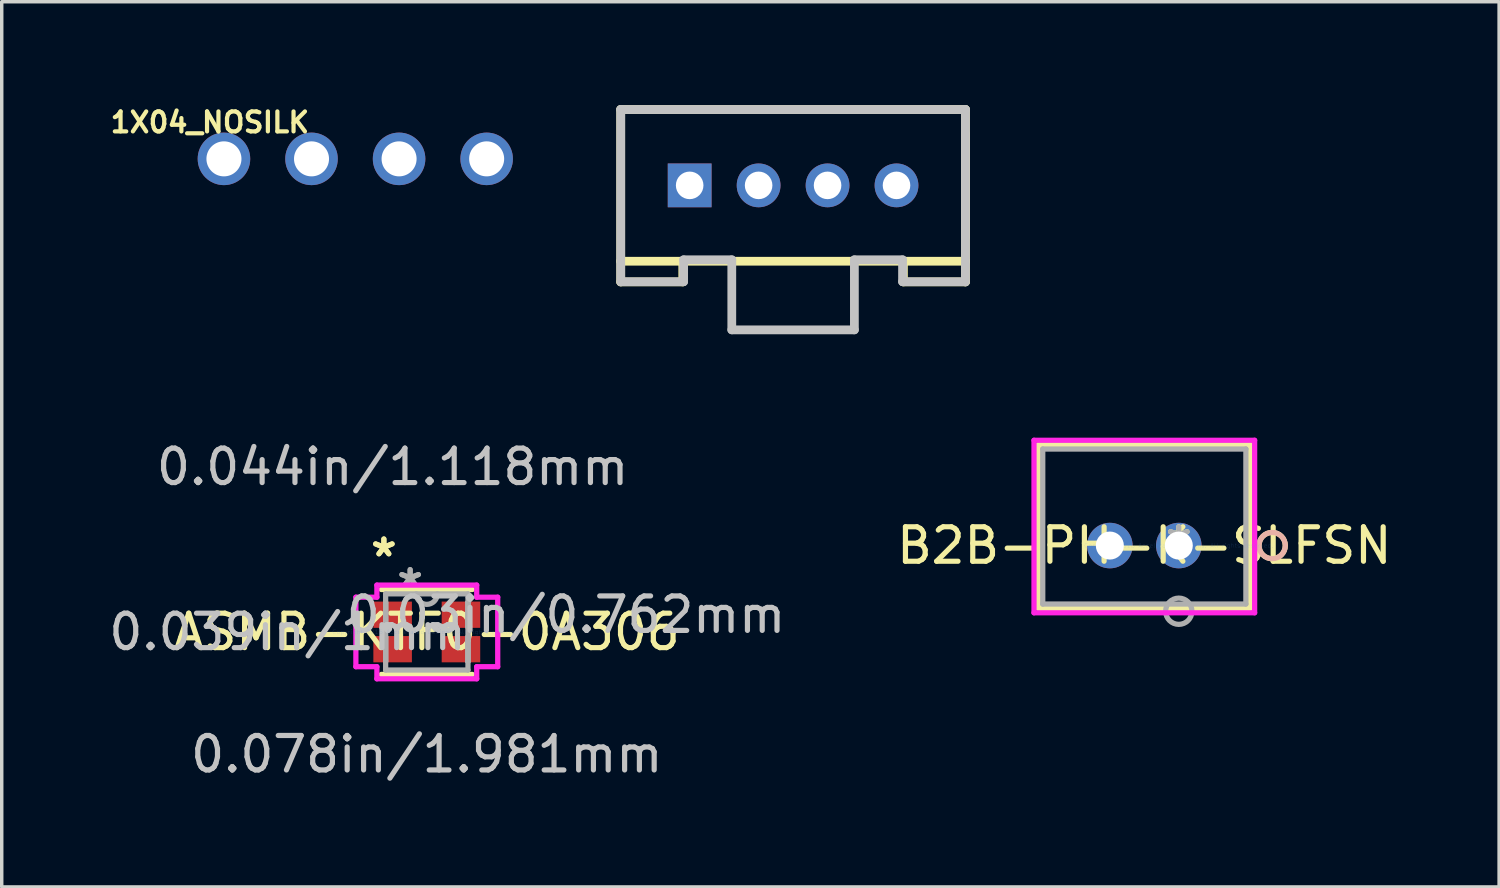
<source format=kicad_pcb>
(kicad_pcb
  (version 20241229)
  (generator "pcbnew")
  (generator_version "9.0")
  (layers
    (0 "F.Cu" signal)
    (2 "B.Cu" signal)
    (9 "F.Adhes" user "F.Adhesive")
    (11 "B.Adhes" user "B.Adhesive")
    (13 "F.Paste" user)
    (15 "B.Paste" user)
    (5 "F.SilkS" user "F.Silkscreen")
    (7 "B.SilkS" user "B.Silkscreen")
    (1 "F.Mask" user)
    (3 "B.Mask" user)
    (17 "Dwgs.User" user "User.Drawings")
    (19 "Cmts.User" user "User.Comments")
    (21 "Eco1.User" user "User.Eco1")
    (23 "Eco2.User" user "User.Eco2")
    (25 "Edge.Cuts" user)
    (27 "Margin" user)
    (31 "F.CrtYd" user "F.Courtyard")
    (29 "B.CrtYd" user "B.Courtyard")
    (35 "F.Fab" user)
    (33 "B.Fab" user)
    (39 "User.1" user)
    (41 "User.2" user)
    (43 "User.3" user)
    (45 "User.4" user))
  (footprint "1X04_NOSILK"
    (layer "F.Cu")
    (at 7.256 1.558)
    (property "Reference" "1X04_NOSILK" (at -1.27 -1.397 0) (layer "F.SilkS") (effects (font (size 0.579 0.579) (thickness 0.122)) (justify right top)))
    (attr through_hole)
    (fp_poly (pts (xy -4.064 0.254) (xy -3.556 0.254) (xy -3.556 -0.254) (xy -4.064 -0.254)) (stroke (width 0.1) (type solid)) (fill no) (layer "F.Fab"))
    (fp_poly (pts (xy -1.524 0.254) (xy -1.016 0.254) (xy -1.016 -0.254) (xy -1.524 -0.254)) (stroke (width 0.1) (type solid)) (fill no) (layer "F.Fab"))
    (fp_poly (pts (xy 1.016 0.254) (xy 1.524 0.254) (xy 1.524 -0.254) (xy 1.016 -0.254)) (stroke (width 0.1) (type solid)) (fill no) (layer "F.Fab"))
    (fp_poly (pts (xy 3.556 0.254) (xy 4.064 0.254) (xy 4.064 -0.254) (xy 3.556 -0.254)) (stroke (width 0.1) (type solid)) (fill no) (layer "F.Fab"))
    (pad "1" thru_hole circle (at -3.81 0 90) (size 1.524 1.524) (drill 1.016) (layers "*.Cu" "*.Mask"))
    (pad "2" thru_hole circle (at -1.27 0 90) (size 1.524 1.524) (drill 1.016) (layers "*.Cu" "*.Mask"))
    (pad "3" thru_hole circle (at 1.27 0 90) (size 1.524 1.524) (drill 1.016) (layers "*.Cu" "*.Mask"))
    (pad "4" thru_hole circle (at 3.81 0 90) (size 1.524 1.524) (drill 1.016) (layers "*.Cu" "*.Mask")))
  (footprint "ASMB-KTF0-0A306"
    (layer "F.Cu")
    (at 9.33 15.281)
    (property "Reference" "ASMB-KTF0-0A306" (at 0 0 0) (layer "F.SilkS") (effects (font (size 1 1) (thickness 0.15))))
    (attr through_hole)
    (fp_line (start -1.321 1.232) (end 1.321 1.232) (stroke (width 0.152) (type solid)) (layer "F.SilkS"))
    (fp_line (start 1.321 -1.232) (end -1.321 -1.232) (stroke (width 0.152) (type solid)) (layer "F.SilkS"))
    (fp_line (start -2.057 -1.008) (end -1.448 -1.008) (stroke (width 0.152) (type solid)) (layer "F.CrtYd"))
    (fp_line (start -2.057 1.008) (end -2.057 -1.008) (stroke (width 0.152) (type solid)) (layer "F.CrtYd"))
    (fp_line (start -1.448 -1.359) (end 1.448 -1.359) (stroke (width 0.152) (type solid)) (layer "F.CrtYd"))
    (fp_line (start -1.448 -1.008) (end -1.448 -1.359) (stroke (width 0.152) (type solid)) (layer "F.CrtYd"))
    (fp_line (start -1.448 1.008) (end -2.057 1.008) (stroke (width 0.152) (type solid)) (layer "F.CrtYd"))
    (fp_line (start -1.448 1.359) (end -1.448 1.008) (stroke (width 0.152) (type solid)) (layer "F.CrtYd"))
    (fp_line (start 1.448 -1.359) (end 1.448 -1.008) (stroke (width 0.152) (type solid)) (layer "F.CrtYd"))
    (fp_line (start 1.448 -1.008) (end 2.057 -1.008) (stroke (width 0.152) (type solid)) (layer "F.CrtYd"))
    (fp_line (start 1.448 1.008) (end 1.448 1.359) (stroke (width 0.152) (type solid)) (layer "F.CrtYd"))
    (fp_line (start 1.448 1.359) (end -1.448 1.359) (stroke (width 0.152) (type solid)) (layer "F.CrtYd"))
    (fp_line (start 2.057 -1.008) (end 2.057 1.008) (stroke (width 0.152) (type solid)) (layer "F.CrtYd"))
    (fp_line (start 2.057 1.008) (end 1.448 1.008) (stroke (width 0.152) (type solid)) (layer "F.CrtYd"))
    (fp_line (start -1.194 -1.105) (end -1.194 1.105) (stroke (width 0.152) (type solid)) (layer "F.Fab"))
    (fp_line (start -1.194 -0.856) (end -1.194 -0.856) (stroke (width 0.152) (type solid)) (layer "F.Fab"))
    (fp_line (start -1.194 -0.856) (end -1.194 -0.144) (stroke (width 0.152) (type solid)) (layer "F.Fab"))
    (fp_line (start -1.194 -0.144) (end -1.194 -0.856) (stroke (width 0.152) (type solid)) (layer "F.Fab"))
    (fp_line (start -1.194 -0.144) (end -1.194 -0.144) (stroke (width 0.152) (type solid)) (layer "F.Fab"))
    (fp_line (start -1.194 0.144) (end -1.194 0.144) (stroke (width 0.152) (type solid)) (layer "F.Fab"))
    (fp_line (start -1.194 0.144) (end -1.194 0.856) (stroke (width 0.152) (type solid)) (layer "F.Fab"))
    (fp_line (start -1.194 0.856) (end -1.194 0.144) (stroke (width 0.152) (type solid)) (layer "F.Fab"))
    (fp_line (start -1.194 0.856) (end -1.194 0.856) (stroke (width 0.152) (type solid)) (layer "F.Fab"))
    (fp_line (start -1.194 1.105) (end 1.194 1.105) (stroke (width 0.152) (type solid)) (layer "F.Fab"))
    (fp_line (start 1.194 -1.105) (end -1.194 -1.105) (stroke (width 0.152) (type solid)) (layer "F.Fab"))
    (fp_line (start 1.194 -0.856) (end 1.194 -0.856) (stroke (width 0.152) (type solid)) (layer "F.Fab"))
    (fp_line (start 1.194 -0.856) (end 1.194 -0.144) (stroke (width 0.152) (type solid)) (layer "F.Fab"))
    (fp_line (start 1.194 -0.144) (end 1.194 -0.856) (stroke (width 0.152) (type solid)) (layer "F.Fab"))
    (fp_line (start 1.194 -0.144) (end 1.194 -0.144) (stroke (width 0.152) (type solid)) (layer "F.Fab"))
    (fp_line (start 1.194 0.144) (end 1.194 0.144) (stroke (width 0.152) (type solid)) (layer "F.Fab"))
    (fp_line (start 1.194 0.144) (end 1.194 0.856) (stroke (width 0.152) (type solid)) (layer "F.Fab"))
    (fp_line (start 1.194 0.856) (end 1.194 0.144) (stroke (width 0.152) (type solid)) (layer "F.Fab"))
    (fp_line (start 1.194 0.856) (end 1.194 0.856) (stroke (width 0.152) (type solid)) (layer "F.Fab"))
    (fp_line (start 1.194 1.105) (end 1.194 -1.105) (stroke (width 0.152) (type solid)) (layer "F.Fab"))
    (fp_arc (start 0.3048 -1.1049) (mid 0 -0.8001) (end -0.3048 -1.1049) (stroke (width 0.1524) (type solid)) (layer "F.Fab"))
    (fp_text user "*" (at -1.245 -2.151 0) (layer "F.SilkS") (effects (font (size 1 1) (thickness 0.15))))
    (fp_text user "*" (at -1.245 -2.151 0) (layer "F.SilkS") (effects (font (size 1 1) (thickness 0.15))))
    (fp_text user "0.039in/1mm" (at -4.039 0 0) (layer "Dwgs.User") (effects (font (size 1 1) (thickness 0.15))))
    (fp_text user "0.078in/1.981mm" (at 0 3.548 0) (layer "Dwgs.User") (effects (font (size 1 1) (thickness 0.15))))
    (fp_text user "0.044in/1.118mm" (at -0.991 -4.788 0) (layer "Dwgs.User") (effects (font (size 1 1) (thickness 0.15))))
    (fp_text user "0.03in/0.762mm" (at 4.039 -0.5 0) (layer "Dwgs.User") (effects (font (size 1 1) (thickness 0.15))))
    (fp_text user "Copyright 2016 Accelerated Designs. All rights reserved." (at 0 0 0) (layer "Cmts.User") (effects (font (size 0.127 0.127) (thickness 0.002))))
    (fp_text user "*" (at -0.483 -1.262 0) (layer "F.Fab") (effects (font (size 1 1) (thickness 0.15))))
    (fp_text user "*" (at -0.483 -1.262 0) (layer "F.Fab") (effects (font (size 1 1) (thickness 0.15))))
    (pad "1" smd rect (at -0.991 -0.5) (size 1.118 0.762) (layers "F.Cu" "F.Mask" "F.Paste"))
    (pad "2" smd rect (at -0.991 0.5) (size 1.118 0.762) (layers "F.Cu" "F.Mask" "F.Paste"))
    (pad "3" smd rect (at 0.991 0.5) (size 1.118 0.762) (layers "F.Cu" "F.Mask" "F.Paste"))
    (pad "4" smd rect (at 0.991 -0.5) (size 1.118 0.762) (layers "F.Cu" "F.Mask" "F.Paste")))
  (footprint "2.0_1X4"
    (layer "F.Cu")
    (at 19.955 2.327)
    (property "Reference" "2.0_1X4" (at -4.8 -0.8 180) (layer "F.Mask") (effects (font (size 0.772 0.772) (thickness 0.077)) (justify left bottom)))
    (attr through_hole)
    (fp_line (start -5 -2.2) (end -5 2.2) (stroke (width 0.254) (type solid)) (layer "F.SilkS"))
    (fp_line (start -5 -2.2) (end 5 -2.2) (stroke (width 0.254) (type solid)) (layer "F.SilkS"))
    (fp_line (start -5 -1) (end -5 1) (stroke (width 0.127) (type solid)) (layer "F.SilkS"))
    (fp_line (start -5 2.2) (end -5 2.8) (stroke (width 0.254) (type solid)) (layer "F.SilkS"))
    (fp_line (start -5 2.2) (end -3.2 2.2) (stroke (width 0.254) (type solid)) (layer "F.SilkS"))
    (fp_line (start -5 2.8) (end -3.2 2.8) (stroke (width 0.254) (type solid)) (layer "F.SilkS"))
    (fp_line (start -3.2 2.2) (end 3.2 2.2) (stroke (width 0.254) (type solid)) (layer "F.SilkS"))
    (fp_line (start -3.2 2.8) (end -3.2 2.2) (stroke (width 0.254) (type solid)) (layer "F.SilkS"))
    (fp_line (start 3.2 2.2) (end 3.2 2.8) (stroke (width 0.254) (type solid)) (layer "F.SilkS"))
    (fp_line (start 3.2 2.2) (end 5 2.2) (stroke (width 0.254) (type solid)) (layer "F.SilkS"))
    (fp_line (start 3.2 2.8) (end 5 2.8) (stroke (width 0.254) (type solid)) (layer "F.SilkS"))
    (fp_line (start 5 -1.5) (end 5 1.5) (stroke (width 0.254) (type solid)) (layer "F.SilkS"))
    (fp_line (start 5 2.2) (end 5 -2.2) (stroke (width 0.254) (type solid)) (layer "F.SilkS"))
    (fp_line (start 5 2.8) (end 5 2.2) (stroke (width 0.254) (type solid)) (layer "F.SilkS"))
    (fp_line (start -5 -2.2) (end 5 -2.2) (stroke (width 0.254) (type solid)) (layer "Dwgs.User"))
    (fp_line (start -5 2.8) (end -5 -2.2) (stroke (width 0.254) (type solid)) (layer "Dwgs.User"))
    (fp_line (start -4.953 2.794) (end -3.175 2.794) (stroke (width 0.254) (type solid)) (layer "Dwgs.User"))
    (fp_line (start -3.175 2.159) (end -1.778 2.159) (stroke (width 0.254) (type solid)) (layer "Dwgs.User"))
    (fp_line (start -3.175 2.794) (end -3.175 2.159) (stroke (width 0.254) (type solid)) (layer "Dwgs.User"))
    (fp_line (start -1.778 2.159) (end -1.778 4.191) (stroke (width 0.254) (type solid)) (layer "Dwgs.User"))
    (fp_line (start -1.778 4.191) (end 1.778 4.191) (stroke (width 0.254) (type solid)) (layer "Dwgs.User"))
    (fp_line (start 1.778 2.159) (end 3.175 2.159) (stroke (width 0.254) (type solid)) (layer "Dwgs.User"))
    (fp_line (start 1.778 4.191) (end 1.778 2.159) (stroke (width 0.254) (type solid)) (layer "Dwgs.User"))
    (fp_line (start 3.175 2.159) (end 3.175 2.794) (stroke (width 0.254) (type solid)) (layer "Dwgs.User"))
    (fp_line (start 3.175 2.794) (end 4.953 2.794) (stroke (width 0.254) (type solid)) (layer "Dwgs.User"))
    (fp_line (start 5 -2.2) (end 5 2.8) (stroke (width 0.254) (type solid)) (layer "Dwgs.User"))
    (pad "1" thru_hole rect (at -3 0) (size 1.27 1.27) (drill 0.8) (layers "*.Cu" "*.Mask"))
    (pad "2" thru_hole circle (at -1 0) (size 1.27 1.27) (drill 0.8) (layers "*.Cu" "*.Mask"))
    (pad "3" thru_hole circle (at 1 0) (size 1.27 1.27) (drill 0.8) (layers "*.Cu" "*.Mask"))
    (pad "4" thru_hole circle (at 3 0) (size 1.27 1.27) (drill 0.8) (layers "*.Cu" "*.Mask")))
  (footprint "B2B-PH-K-SLFSN"
    (layer "F.Cu")
    (at 31.143 12.775)
    (property "Reference" "B2B-PH-K-SLFSN" (at -1 0 0) (layer "F.SilkS") (effects (font (size 1 1) (thickness 0.15))))
    (attr through_hole)
    (fp_line (start -4.073 -2.927) (end -4.073 1.823) (stroke (width 0.152) (type solid)) (layer "F.SilkS"))
    (fp_line (start -4.073 1.823) (end 2.073 1.823) (stroke (width 0.152) (type solid)) (layer "F.SilkS"))
    (fp_line (start 2.073 -2.927) (end -4.073 -2.927) (stroke (width 0.152) (type solid)) (layer "F.SilkS"))
    (fp_line (start 2.073 1.823) (end 2.073 -2.927) (stroke (width 0.152) (type solid)) (layer "F.SilkS"))
    (fp_circle (center 2.708 0) (end 3.089 0) (stroke (width 0.152) (type solid)) (fill no) (layer "F.SilkS"))
    (fp_circle (center 2.708 0) (end 3.089 0) (stroke (width 0.152) (type solid)) (fill no) (layer "B.SilkS"))
    (fp_line (start -4.2 -3.054) (end -4.2 1.95) (stroke (width 0.152) (type solid)) (layer "F.CrtYd"))
    (fp_line (start -4.2 1.95) (end 2.2 1.95) (stroke (width 0.152) (type solid)) (layer "F.CrtYd"))
    (fp_line (start 2.2 -3.054) (end -4.2 -3.054) (stroke (width 0.152) (type solid)) (layer "F.CrtYd"))
    (fp_line (start 2.2 1.95) (end 2.2 -3.054) (stroke (width 0.152) (type solid)) (layer "F.CrtYd"))
    (fp_line (start -3.946 -2.8) (end -3.946 1.696) (stroke (width 0.152) (type solid)) (layer "F.Fab"))
    (fp_line (start -3.946 1.696) (end 1.946 1.696) (stroke (width 0.152) (type solid)) (layer "F.Fab"))
    (fp_line (start 1.946 -2.8) (end -3.946 -2.8) (stroke (width 0.152) (type solid)) (layer "F.Fab"))
    (fp_line (start 1.946 1.696) (end 1.946 -2.8) (stroke (width 0.152) (type solid)) (layer "F.Fab"))
    (fp_circle (center 0 1.905) (end 0.381 1.905) (stroke (width 0.152) (type solid)) (fill no) (layer "F.Fab"))
    (fp_text user "*" (at 0 0 0) (layer "F.SilkS") (effects (font (size 1 1) (thickness 0.15))))
    (fp_text user "Copyright 2016 Accelerated Designs. All rights reserved." (at 0 0 0) (layer "Cmts.User") (effects (font (size 0.127 0.127) (thickness 0.002))))
    (fp_text user "*" (at 0 0 0) (layer "F.Fab") (effects (font (size 1 1) (thickness 0.15))))
    (pad "1" thru_hole circle (at 0.000001 0) (size 1.321 1.321) (drill 0.813) (layers "*.Cu" "*.Mask"))
    (pad "2" thru_hole circle (at -2 0) (size 1.321 1.321) (drill 0.813) (layers "*.Cu" "*.Mask")))
  (gr_rect
    (start -3 -3)
    (end 40.434 22.677)
    (stroke (width 0.1) (type default))
    (fill no)
    (layer "Edge.Cuts")))
</source>
